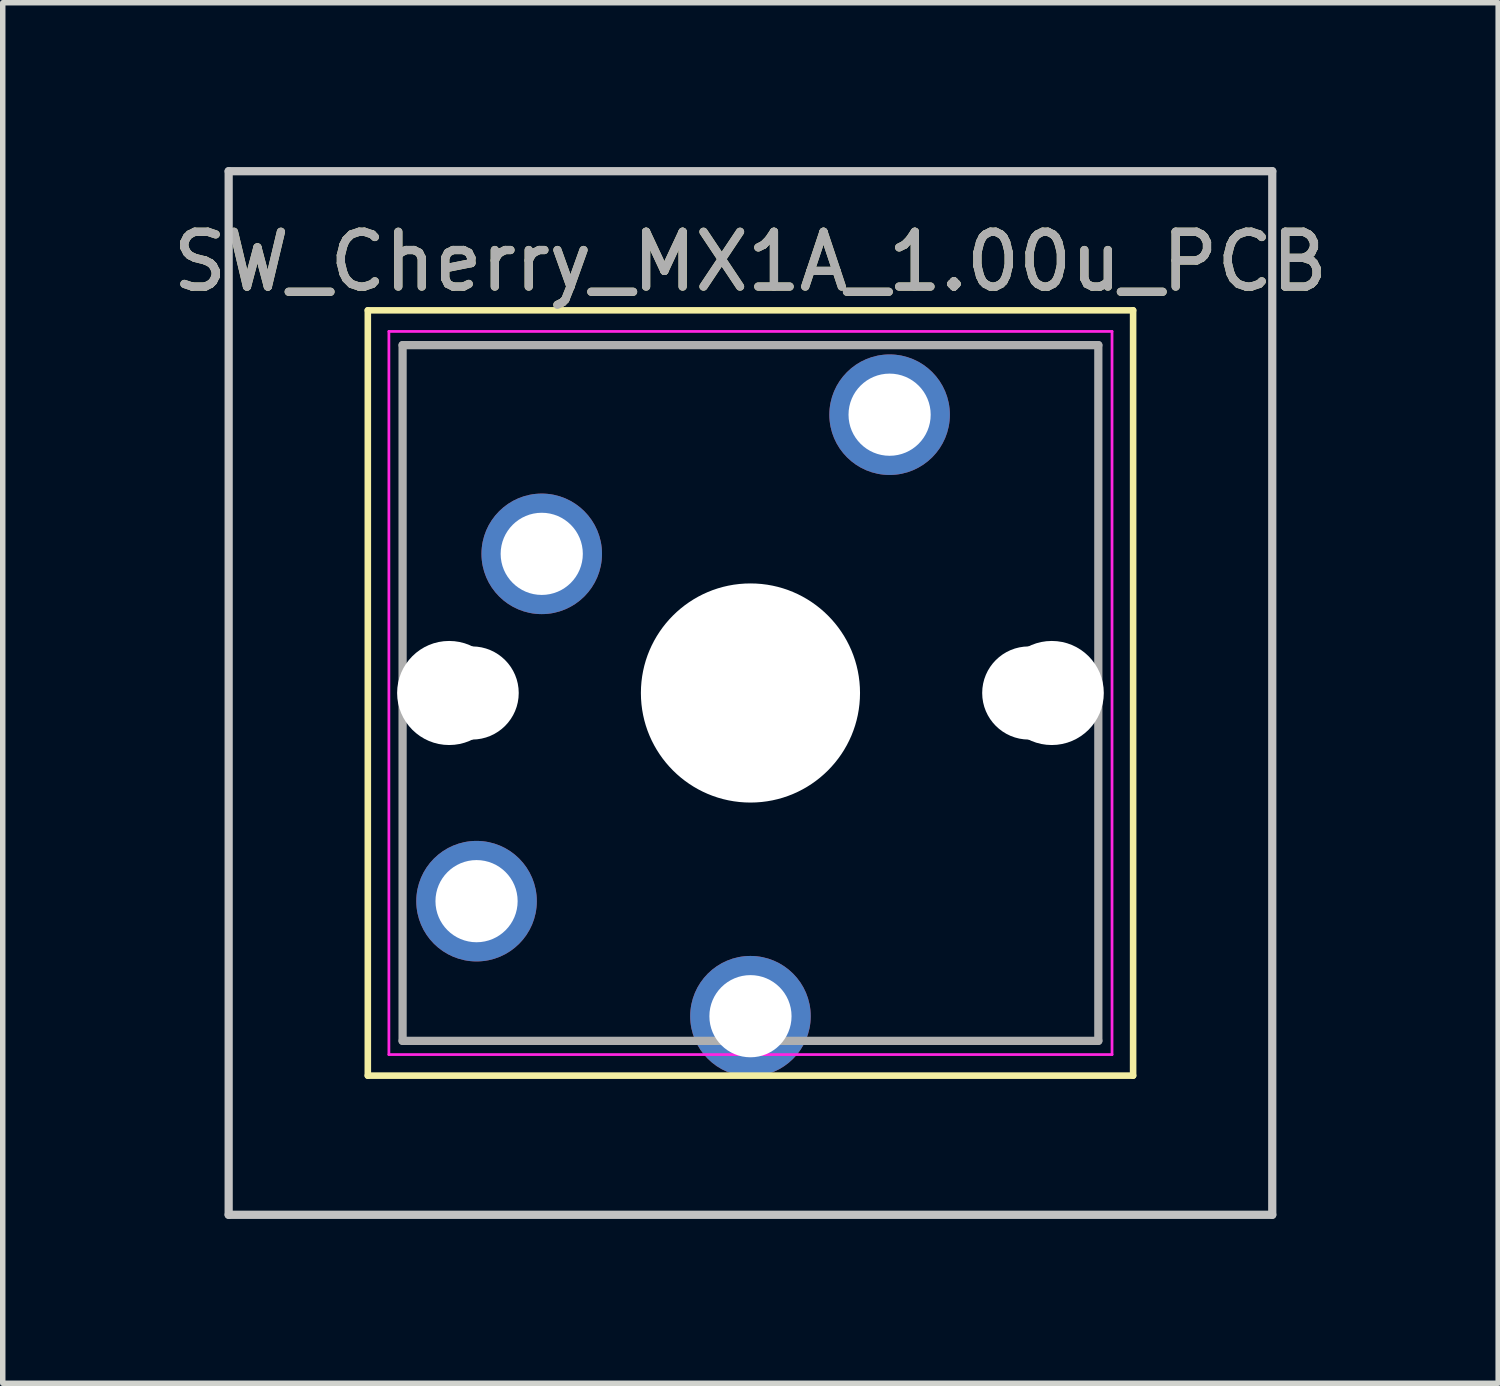
<source format=kicad_pcb>
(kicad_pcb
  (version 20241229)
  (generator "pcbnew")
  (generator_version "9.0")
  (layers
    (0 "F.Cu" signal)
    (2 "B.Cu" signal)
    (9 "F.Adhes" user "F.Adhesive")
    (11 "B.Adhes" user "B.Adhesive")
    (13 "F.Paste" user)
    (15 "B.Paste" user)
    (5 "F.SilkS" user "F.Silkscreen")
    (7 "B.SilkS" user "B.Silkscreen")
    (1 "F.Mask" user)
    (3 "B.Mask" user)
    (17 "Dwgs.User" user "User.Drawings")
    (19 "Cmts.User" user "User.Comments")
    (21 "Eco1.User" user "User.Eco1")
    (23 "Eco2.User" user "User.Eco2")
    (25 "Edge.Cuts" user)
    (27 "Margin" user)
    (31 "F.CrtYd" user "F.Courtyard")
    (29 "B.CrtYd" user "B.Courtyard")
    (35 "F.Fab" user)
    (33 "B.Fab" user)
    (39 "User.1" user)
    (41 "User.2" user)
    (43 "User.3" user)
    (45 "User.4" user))
  (footprint "SW_Cherry_MX1A_1.00u_PCB"
    (layer "F.Cu")
    (at 10.649 9.6)
    (property "Reference" "SW_Cherry_MX1A_1.00u_PCB" (at 0 -7.874 0) (layer "F.SilkS") (effects (font (size 1 1) (thickness 0.15))))
    (attr through_hole)
    (fp_line (start -6.985 -6.985) (end 6.985 -6.985) (stroke (width 0.12) (type solid)) (layer "F.SilkS"))
    (fp_line (start -6.985 6.985) (end -6.985 -6.985) (stroke (width 0.12) (type solid)) (layer "F.SilkS"))
    (fp_line (start 6.985 -6.985) (end 6.985 6.985) (stroke (width 0.12) (type solid)) (layer "F.SilkS"))
    (fp_line (start 6.985 6.985) (end -6.985 6.985) (stroke (width 0.12) (type solid)) (layer "F.SilkS"))
    (fp_line (start -9.525 -9.525) (end 9.525 -9.525) (stroke (width 0.15) (type solid)) (layer "Dwgs.User"))
    (fp_line (start -9.525 9.525) (end -9.525 -9.525) (stroke (width 0.15) (type solid)) (layer "Dwgs.User"))
    (fp_line (start 9.525 -9.525) (end 9.525 9.525) (stroke (width 0.15) (type solid)) (layer "Dwgs.User"))
    (fp_line (start 9.525 9.525) (end -9.525 9.525) (stroke (width 0.15) (type solid)) (layer "Dwgs.User"))
    (fp_line (start -6.6 -6.6) (end 6.6 -6.6) (stroke (width 0.05) (type solid)) (layer "F.CrtYd"))
    (fp_line (start -6.6 6.6) (end -6.6 -6.6) (stroke (width 0.05) (type solid)) (layer "F.CrtYd"))
    (fp_line (start 6.6 -6.6) (end 6.6 6.6) (stroke (width 0.05) (type solid)) (layer "F.CrtYd"))
    (fp_line (start 6.6 6.6) (end -6.6 6.6) (stroke (width 0.05) (type solid)) (layer "F.CrtYd"))
    (fp_line (start -6.35 -6.35) (end 6.35 -6.35) (stroke (width 0.15) (type solid)) (layer "F.Fab"))
    (fp_line (start -6.35 6.35) (end -6.35 -6.35) (stroke (width 0.15) (type solid)) (layer "F.Fab"))
    (fp_line (start 6.35 -6.35) (end 6.35 6.35) (stroke (width 0.15) (type solid)) (layer "F.Fab"))
    (fp_line (start 6.35 6.35) (end -6.35 6.35) (stroke (width 0.15) (type solid)) (layer "F.Fab"))
    (fp_text user "${REFERENCE}" (at 0 -7.874 0) (layer "F.Fab") (effects (font (size 1 1) (thickness 0.15))))
    (pad "" np_thru_hole circle (at -5.5 0) (size 1.9 1.9) (drill 1.9) (layers "*.Cu" "*.Mask"))
    (pad "" np_thru_hole circle (at -5.08 0) (size 1.7 1.7) (drill 1.7) (layers "*.Cu" "*.Mask"))
    (pad "" np_thru_hole circle (at 0 0) (size 4 4) (drill 4) (layers "*.Cu" "*.Mask"))
    (pad "" np_thru_hole circle (at 5.08 0) (size 1.7 1.7) (drill 1.7) (layers "*.Cu" "*.Mask"))
    (pad "" np_thru_hole circle (at 5.5 0) (size 1.9 1.9) (drill 1.9) (layers "*.Cu" "*.Mask"))
    (pad "1" thru_hole circle (at 0 5.9) (size 2.2 2.2) (drill 1.5) (layers "*.Cu" "*.Mask"))
    (pad "1" thru_hole circle (at 2.54 -5.08) (size 2.2 2.2) (drill 1.5) (layers "*.Cu" "*.Mask"))
    (pad "2" thru_hole circle (at -5 3.8) (size 2.2 2.2) (drill 1.5) (layers "*.Cu" "*.Mask"))
    (pad "2" thru_hole circle (at -3.81 -2.54) (size 2.2 2.2) (drill 1.5) (layers "*.Cu" "*.Mask")))
  (gr_rect
    (start -3 -3)
    (end 24.298 22.2)
    (stroke (width 0.1) (type default))
    (fill no)
    (layer "Edge.Cuts")))
</source>
